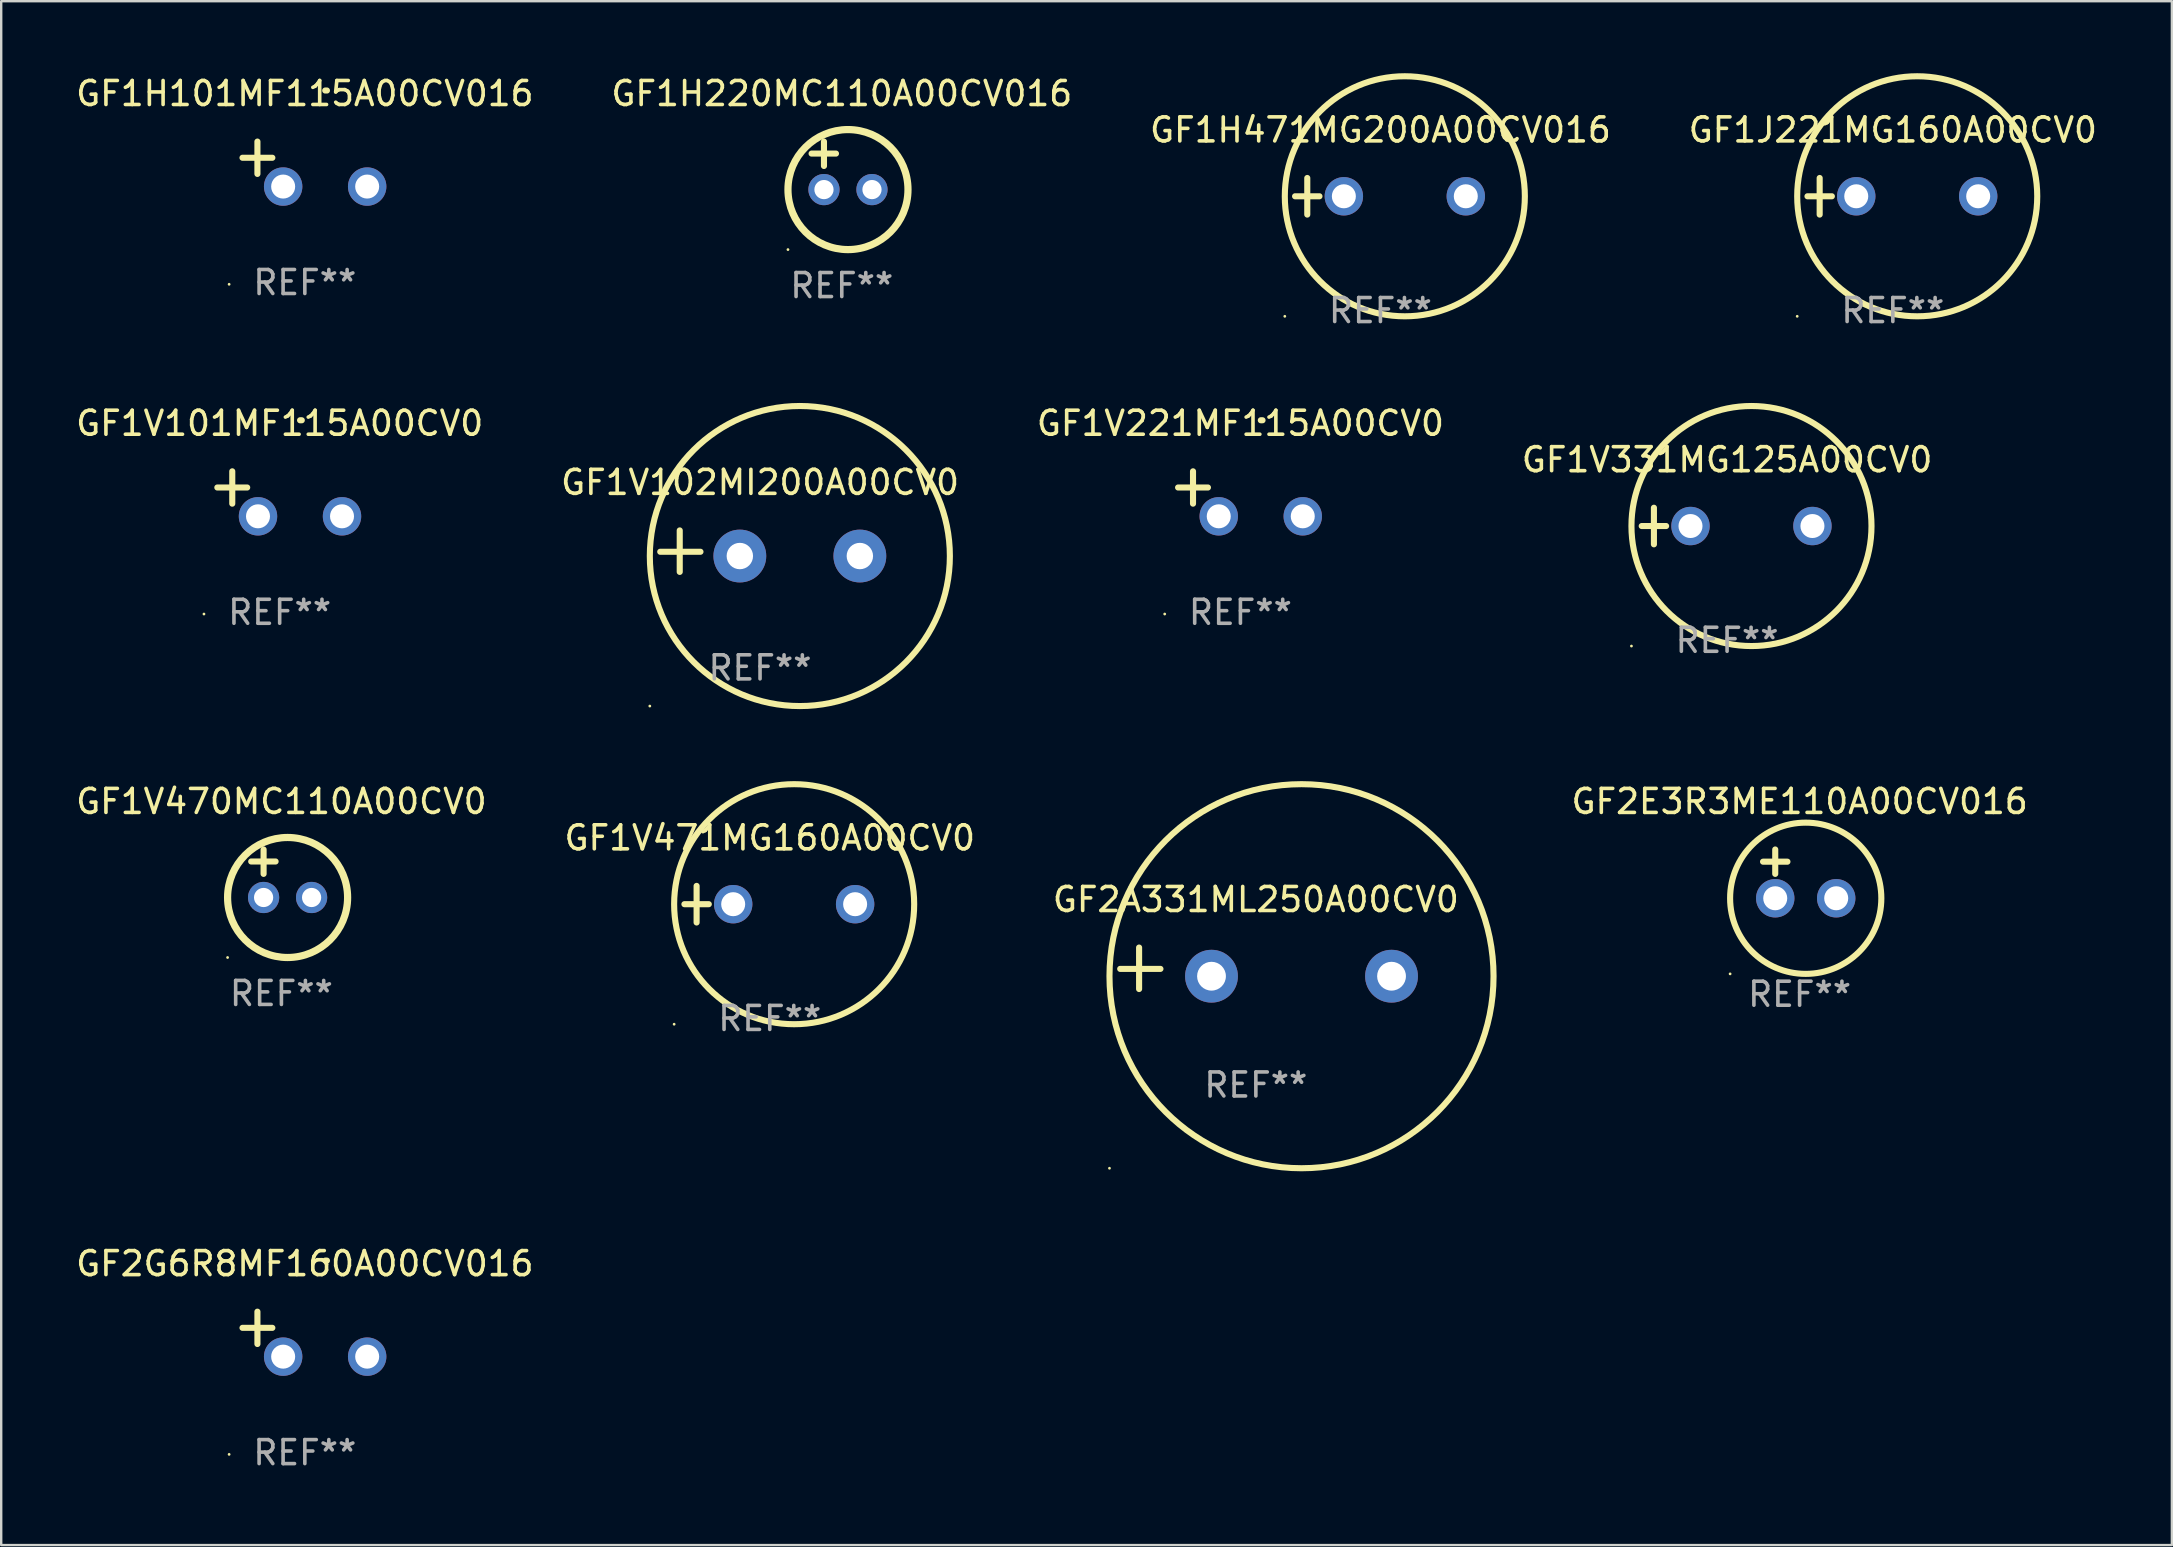
<source format=kicad_pcb>
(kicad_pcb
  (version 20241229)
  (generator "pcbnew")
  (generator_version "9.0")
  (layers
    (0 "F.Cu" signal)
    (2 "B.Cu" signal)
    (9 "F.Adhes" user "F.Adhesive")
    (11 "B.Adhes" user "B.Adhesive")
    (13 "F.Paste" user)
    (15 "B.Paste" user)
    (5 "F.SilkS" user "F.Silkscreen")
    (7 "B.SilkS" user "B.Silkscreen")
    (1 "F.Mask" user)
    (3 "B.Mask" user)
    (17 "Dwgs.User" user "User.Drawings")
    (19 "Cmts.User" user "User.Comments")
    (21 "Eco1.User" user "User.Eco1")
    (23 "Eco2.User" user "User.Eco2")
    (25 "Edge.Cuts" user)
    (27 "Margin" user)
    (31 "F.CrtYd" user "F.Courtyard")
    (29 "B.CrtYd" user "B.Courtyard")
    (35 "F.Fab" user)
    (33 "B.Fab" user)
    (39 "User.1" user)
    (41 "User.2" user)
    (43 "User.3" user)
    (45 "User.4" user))
  (footprint "GF1H101MF115A00CV016"
    (layer "F.Cu")
    (at 9.649 3.785)
    (property "Reference" "GF1H101MF115A00CV016" (at 0 -2.937 0) (layer "F.SilkS") (effects (font (size 1 1) (thickness 0.15))))
    (attr through_hole)
    (fp_line (start -1.975 0.41) (end -1.975 -0.937) (stroke (width 0.254) (type solid)) (layer "F.SilkS"))
    (fp_line (start -1.353 -0.263) (end -2.597 -0.263) (stroke (width 0.254) (type solid)) (layer "F.SilkS"))
    (fp_arc (start 0.849809 -3.063957) (mid 0.885369 -3.064114) (end 0.920929 -3.063957) (stroke (width 0.254001) (type solid)) (layer "F.SilkS"))
    (fp_circle (center -3.154 5.008) (end -3.124 5.008) (stroke (width 0.06) (type solid)) (fill no) (layer "F.SilkS"))
    (fp_text user "REF**" (at 0 4.937 0) (layer "F.Fab") (effects (font (size 1 1) (thickness 0.15))))
    (pad "1" thru_hole circle (at -0.903 0.937) (size 1.6 1.6) (drill 1) (layers "*.Cu" "*.Mask"))
    (pad "2" thru_hole circle (at 2.597 0.937) (size 1.6 1.6) (drill 1) (layers "*.Cu" "*.Mask")))
  (footprint "GF2E3R3ME110A00CV016"
    (layer "F.Cu")
    (at 71.921 33.355)
    (property "Reference" "GF2E3R3ME110A00CV016" (at 0 -3.016 0) (layer "F.SilkS") (effects (font (size 1 1) (thickness 0.15))))
    (attr through_hole)
    (fp_line (start -1.524 -0.508) (end -0.508 -0.508) (stroke (width 0.254) (type solid)) (layer "F.SilkS"))
    (fp_line (start -1.016 -1.016) (end -1.016 0) (stroke (width 0.254) (type solid)) (layer "F.SilkS"))
    (fp_circle (center -2.896 4.166) (end -2.866 4.166) (stroke (width 0.06) (type solid)) (fill no) (layer "F.SilkS"))
    (fp_circle (center 0.254 1.016) (end 3.404 1.016) (stroke (width 0.254) (type solid)) (fill no) (layer "F.SilkS"))
    (fp_text user "REF**" (at 0 5.016 0) (layer "F.Fab") (effects (font (size 1 1) (thickness 0.15))))
    (pad "1" thru_hole circle (at -1.016 1.016) (size 1.6 1.6) (drill 1) (layers "*.Cu" "*.Mask"))
    (pad "2" thru_hole circle (at 1.524 1.016) (size 1.6 1.6) (drill 1) (layers "*.Cu" "*.Mask")))
  (footprint "GF1H220MC110A00CV016"
    (layer "F.Cu")
    (at 32.018 3.848)
    (property "Reference" "GF1H220MC110A00CV016" (at 0 -3 0) (layer "F.SilkS") (effects (font (size 1 1) (thickness 0.15))))
    (attr through_hole)
    (fp_line (start -1.258 -0.5) (end -0.242 -0.5) (stroke (width 0.254) (type solid)) (layer "F.SilkS"))
    (fp_line (start -0.742 -1) (end -0.742 0.016) (stroke (width 0.254) (type solid)) (layer "F.SilkS"))
    (fp_circle (center -2.242 3.5) (end -2.212 3.5) (stroke (width 0.06) (type solid)) (fill no) (layer "F.SilkS"))
    (fp_circle (center 0.258 1) (end 2.758 1) (stroke (width 0.3) (type solid)) (fill no) (layer "F.SilkS"))
    (fp_text user "REF**" (at 0 5 0) (layer "F.Fab") (effects (font (size 1 1) (thickness 0.15))))
    (pad "1" thru_hole circle (at -0.742 1) (size 1.3 1.3) (drill 0.8) (layers "*.Cu" "*.Mask"))
    (pad "2" thru_hole circle (at 1.258 1) (size 1.3 1.3) (drill 0.8) (layers "*.Cu" "*.Mask")))
  (footprint "GF1J221MG160A00CV0"
    (layer "F.Cu")
    (at 75.804 5.127)
    (property "Reference" "GF1J221MG160A00CV0" (at 0 -2.762 0) (layer "F.SilkS") (effects (font (size 1 1) (thickness 0.15))))
    (attr through_hole)
    (fp_line (start -3.556 0) (end -2.54 0) (stroke (width 0.254) (type solid)) (layer "F.SilkS"))
    (fp_line (start -3.048 -0.762) (end -3.048 0.762) (stroke (width 0.254) (type solid)) (layer "F.SilkS"))
    (fp_circle (center -3.984 5) (end -3.954 5) (stroke (width 0.06) (type solid)) (fill no) (layer "F.SilkS"))
    (fp_circle (center 1.016 0) (end 6.016 0) (stroke (width 0.254) (type solid)) (fill no) (layer "F.SilkS"))
    (fp_text user "REF**" (at 0 4.762 0) (layer "F.Fab") (effects (font (size 1 1) (thickness 0.15))))
    (pad "1" thru_hole circle (at -1.524 0) (size 1.6 1.6) (drill 1) (layers "*.Cu" "*.Mask"))
    (pad "2" thru_hole circle (at 3.556 0) (size 1.6 1.6) (drill 1) (layers "*.Cu" "*.Mask")))
  (footprint "GF1H471MG200A00CV016"
    (layer "F.Cu")
    (at 54.458 5.127)
    (property "Reference" "GF1H471MG200A00CV016" (at 0 -2.762 0) (layer "F.SilkS") (effects (font (size 1 1) (thickness 0.15))))
    (attr through_hole)
    (fp_line (start -3.556 0) (end -2.54 0) (stroke (width 0.254) (type solid)) (layer "F.SilkS"))
    (fp_line (start -3.048 -0.762) (end -3.048 0.762) (stroke (width 0.254) (type solid)) (layer "F.SilkS"))
    (fp_circle (center -3.984 5) (end -3.954 5) (stroke (width 0.06) (type solid)) (fill no) (layer "F.SilkS"))
    (fp_circle (center 1.016 0) (end 6.016 0) (stroke (width 0.254) (type solid)) (fill no) (layer "F.SilkS"))
    (fp_text user "REF**" (at 0 4.762 0) (layer "F.Fab") (effects (font (size 1 1) (thickness 0.15))))
    (pad "1" thru_hole circle (at -1.524 0) (size 1.6 1.6) (drill 1) (layers "*.Cu" "*.Mask"))
    (pad "2" thru_hole circle (at 3.556 0) (size 1.6 1.6) (drill 1) (layers "*.Cu" "*.Mask")))
  (footprint "GF2A331ML250A00CV0"
    (layer "F.Cu")
    (at 49.268 37.288)
    (property "Reference" "GF2A331ML250A00CV0" (at 0 -2.864 0) (layer "F.SilkS") (effects (font (size 1 1) (thickness 0.15))))
    (attr through_hole)
    (fp_line (start -4.864 0.864) (end -4.864 -0.864) (stroke (width 0.254) (type solid)) (layer "F.SilkS"))
    (fp_line (start -3.975 0.025) (end -5.652 0.025) (stroke (width 0.254) (type solid)) (layer "F.SilkS"))
    (fp_circle (center -6.098 8.33) (end -6.068 8.33) (stroke (width 0.06) (type solid)) (fill no) (layer "F.SilkS"))
    (fp_circle (center 1.902 0.33) (end 9.902 0.33) (stroke (width 0.254) (type solid)) (fill no) (layer "F.SilkS"))
    (fp_text user "REF**" (at 0 4.864 0) (layer "F.Fab") (effects (font (size 1 1) (thickness 0.15))))
    (pad "1" thru_hole circle (at -1.848 0.33) (size 2.2 2.2) (drill 1.2) (layers "*.Cu" "*.Mask"))
    (pad "2" thru_hole circle (at 5.652 0.33) (size 2.2 2.2) (drill 1.2) (layers "*.Cu" "*.Mask")))
  (footprint "GF1V101MF115A00CV0"
    (layer "F.Cu")
    (at 8.601 17.522)
    (property "Reference" "GF1V101MF115A00CV0" (at 0 -2.937 0) (layer "F.SilkS") (effects (font (size 1 1) (thickness 0.15))))
    (attr through_hole)
    (fp_line (start -1.975 0.41) (end -1.975 -0.937) (stroke (width 0.254) (type solid)) (layer "F.SilkS"))
    (fp_line (start -1.353 -0.263) (end -2.597 -0.263) (stroke (width 0.254) (type solid)) (layer "F.SilkS"))
    (fp_arc (start 0.849809 -3.063957) (mid 0.885369 -3.064114) (end 0.920929 -3.063957) (stroke (width 0.254001) (type solid)) (layer "F.SilkS"))
    (fp_circle (center -3.154 5.008) (end -3.124 5.008) (stroke (width 0.06) (type solid)) (fill no) (layer "F.SilkS"))
    (fp_text user "REF**" (at 0 4.937 0) (layer "F.Fab") (effects (font (size 1 1) (thickness 0.15))))
    (pad "1" thru_hole circle (at -0.903 0.937) (size 1.6 1.6) (drill 1) (layers "*.Cu" "*.Mask"))
    (pad "2" thru_hole circle (at 2.597 0.937) (size 1.6 1.6) (drill 1) (layers "*.Cu" "*.Mask")))
  (footprint "GF1V221MF115A00CV0"
    (layer "F.Cu")
    (at 48.625 17.522)
    (property "Reference" "GF1V221MF115A00CV0" (at 0 -2.937 0) (layer "F.SilkS") (effects (font (size 1 1) (thickness 0.15))))
    (attr through_hole)
    (fp_line (start -1.975 0.41) (end -1.975 -0.937) (stroke (width 0.254) (type solid)) (layer "F.SilkS"))
    (fp_line (start -1.353 -0.263) (end -2.597 -0.263) (stroke (width 0.254) (type solid)) (layer "F.SilkS"))
    (fp_arc (start 0.849809 -3.063957) (mid 0.885369 -3.064114) (end 0.920929 -3.063957) (stroke (width 0.254001) (type solid)) (layer "F.SilkS"))
    (fp_circle (center -3.154 5.008) (end -3.124 5.008) (stroke (width 0.06) (type solid)) (fill no) (layer "F.SilkS"))
    (fp_text user "REF**" (at 0 4.937 0) (layer "F.Fab") (effects (font (size 1 1) (thickness 0.15))))
    (pad "1" thru_hole circle (at -0.903 0.937) (size 1.6 1.6) (drill 1) (layers "*.Cu" "*.Mask"))
    (pad "2" thru_hole circle (at 2.597 0.937) (size 1.6 1.6) (drill 1) (layers "*.Cu" "*.Mask")))
  (footprint "GF1V471MG160A00CV0"
    (layer "F.Cu")
    (at 29.018 34.618)
    (property "Reference" "GF1V471MG160A00CV0" (at 0 -2.762 0) (layer "F.SilkS") (effects (font (size 1 1) (thickness 0.15))))
    (attr through_hole)
    (fp_line (start -3.556 0) (end -2.54 0) (stroke (width 0.254) (type solid)) (layer "F.SilkS"))
    (fp_line (start -3.048 -0.762) (end -3.048 0.762) (stroke (width 0.254) (type solid)) (layer "F.SilkS"))
    (fp_circle (center -3.984 5) (end -3.954 5) (stroke (width 0.06) (type solid)) (fill no) (layer "F.SilkS"))
    (fp_circle (center 1.016 0) (end 6.016 0) (stroke (width 0.254) (type solid)) (fill no) (layer "F.SilkS"))
    (fp_text user "REF**" (at 0 4.762 0) (layer "F.Fab") (effects (font (size 1 1) (thickness 0.15))))
    (pad "1" thru_hole circle (at -1.524 0) (size 1.6 1.6) (drill 1) (layers "*.Cu" "*.Mask"))
    (pad "2" thru_hole circle (at 3.556 0) (size 1.6 1.6) (drill 1) (layers "*.Cu" "*.Mask")))
  (footprint "GF1V470MC110A00CV0"
    (layer "F.Cu")
    (at 8.673 33.339)
    (property "Reference" "GF1V470MC110A00CV0" (at 0 -3 0) (layer "F.SilkS") (effects (font (size 1 1) (thickness 0.15))))
    (attr through_hole)
    (fp_line (start -1.258 -0.5) (end -0.242 -0.5) (stroke (width 0.254) (type solid)) (layer "F.SilkS"))
    (fp_line (start -0.742 -1) (end -0.742 0.016) (stroke (width 0.254) (type solid)) (layer "F.SilkS"))
    (fp_circle (center -2.242 3.5) (end -2.212 3.5) (stroke (width 0.06) (type solid)) (fill no) (layer "F.SilkS"))
    (fp_circle (center 0.258 1) (end 2.758 1) (stroke (width 0.3) (type solid)) (fill no) (layer "F.SilkS"))
    (fp_text user "REF**" (at 0 5 0) (layer "F.Fab") (effects (font (size 1 1) (thickness 0.15))))
    (pad "1" thru_hole circle (at -0.742 1) (size 1.3 1.3) (drill 0.8) (layers "*.Cu" "*.Mask"))
    (pad "2" thru_hole circle (at 1.258 1) (size 1.3 1.3) (drill 0.8) (layers "*.Cu" "*.Mask")))
  (footprint "GF1V331MG125A00CV0"
    (layer "F.Cu")
    (at 68.899 18.864)
    (property "Reference" "GF1V331MG125A00CV0" (at 0 -2.762 0) (layer "F.SilkS") (effects (font (size 1 1) (thickness 0.15))))
    (attr through_hole)
    (fp_line (start -3.556 0) (end -2.54 0) (stroke (width 0.254) (type solid)) (layer "F.SilkS"))
    (fp_line (start -3.048 -0.762) (end -3.048 0.762) (stroke (width 0.254) (type solid)) (layer "F.SilkS"))
    (fp_circle (center -3.984 5) (end -3.954 5) (stroke (width 0.06) (type solid)) (fill no) (layer "F.SilkS"))
    (fp_circle (center 1.016 0) (end 6.016 0) (stroke (width 0.254) (type solid)) (fill no) (layer "F.SilkS"))
    (fp_text user "REF**" (at 0 4.762 0) (layer "F.Fab") (effects (font (size 1 1) (thickness 0.15))))
    (pad "1" thru_hole circle (at -1.524 0) (size 1.6 1.6) (drill 1) (layers "*.Cu" "*.Mask"))
    (pad "2" thru_hole circle (at 3.556 0) (size 1.6 1.6) (drill 1) (layers "*.Cu" "*.Mask")))
  (footprint "GF1V102MI200A00CV0"
    (layer "F.Cu")
    (at 28.613 19.911)
    (property "Reference" "GF1V102MI200A00CV0" (at 0 -2.864 0) (layer "F.SilkS") (effects (font (size 1 1) (thickness 0.15))))
    (attr through_hole)
    (fp_line (start -3.346 0.864) (end -3.346 -0.864) (stroke (width 0.254) (type solid)) (layer "F.SilkS"))
    (fp_line (start -2.482 0.025) (end -4.158 0.025) (stroke (width 0.254) (type solid)) (layer "F.SilkS"))
    (fp_circle (center -4.592 6.453) (end -4.562 6.453) (stroke (width 0.06) (type solid)) (fill no) (layer "F.SilkS"))
    (fp_circle (center 1.658 0.203) (end 7.908 0.203) (stroke (width 0.254) (type solid)) (fill no) (layer "F.SilkS"))
    (fp_text user "REF**" (at 0 4.864 0) (layer "F.Fab") (effects (font (size 1 1) (thickness 0.15))))
    (pad "1" thru_hole circle (at -0.842 0.203) (size 2.2 2.2) (drill 1.1) (layers "*.Cu" "*.Mask"))
    (pad "2" thru_hole circle (at 4.158 0.203) (size 2.2 2.2) (drill 1.1) (layers "*.Cu" "*.Mask")))
  (footprint "GF2G6R8MF160A00CV016"
    (layer "F.Cu")
    (at 9.649 52.53)
    (property "Reference" "GF2G6R8MF160A00CV016" (at 0 -2.937 0) (layer "F.SilkS") (effects (font (size 1 1) (thickness 0.15))))
    (attr through_hole)
    (fp_line (start -1.975 0.41) (end -1.975 -0.937) (stroke (width 0.254) (type solid)) (layer "F.SilkS"))
    (fp_line (start -1.353 -0.263) (end -2.597 -0.263) (stroke (width 0.254) (type solid)) (layer "F.SilkS"))
    (fp_arc (start 0.849809 -3.063957) (mid 0.885369 -3.064114) (end 0.920929 -3.063957) (stroke (width 0.254001) (type solid)) (layer "F.SilkS"))
    (fp_circle (center -3.154 5.008) (end -3.124 5.008) (stroke (width 0.06) (type solid)) (fill no) (layer "F.SilkS"))
    (fp_text user "REF**" (at 0 4.937 0) (layer "F.Fab") (effects (font (size 1 1) (thickness 0.15))))
    (pad "1" thru_hole circle (at -0.903 0.937) (size 1.6 1.6) (drill 1) (layers "*.Cu" "*.Mask"))
    (pad "2" thru_hole circle (at 2.597 0.937) (size 1.6 1.6) (drill 1) (layers "*.Cu" "*.Mask")))
  (gr_rect
    (start -3 -3)
    (end 87.429 61.315)
    (stroke (width 0.1) (type default))
    (fill no)
    (layer "Edge.Cuts")))
</source>
